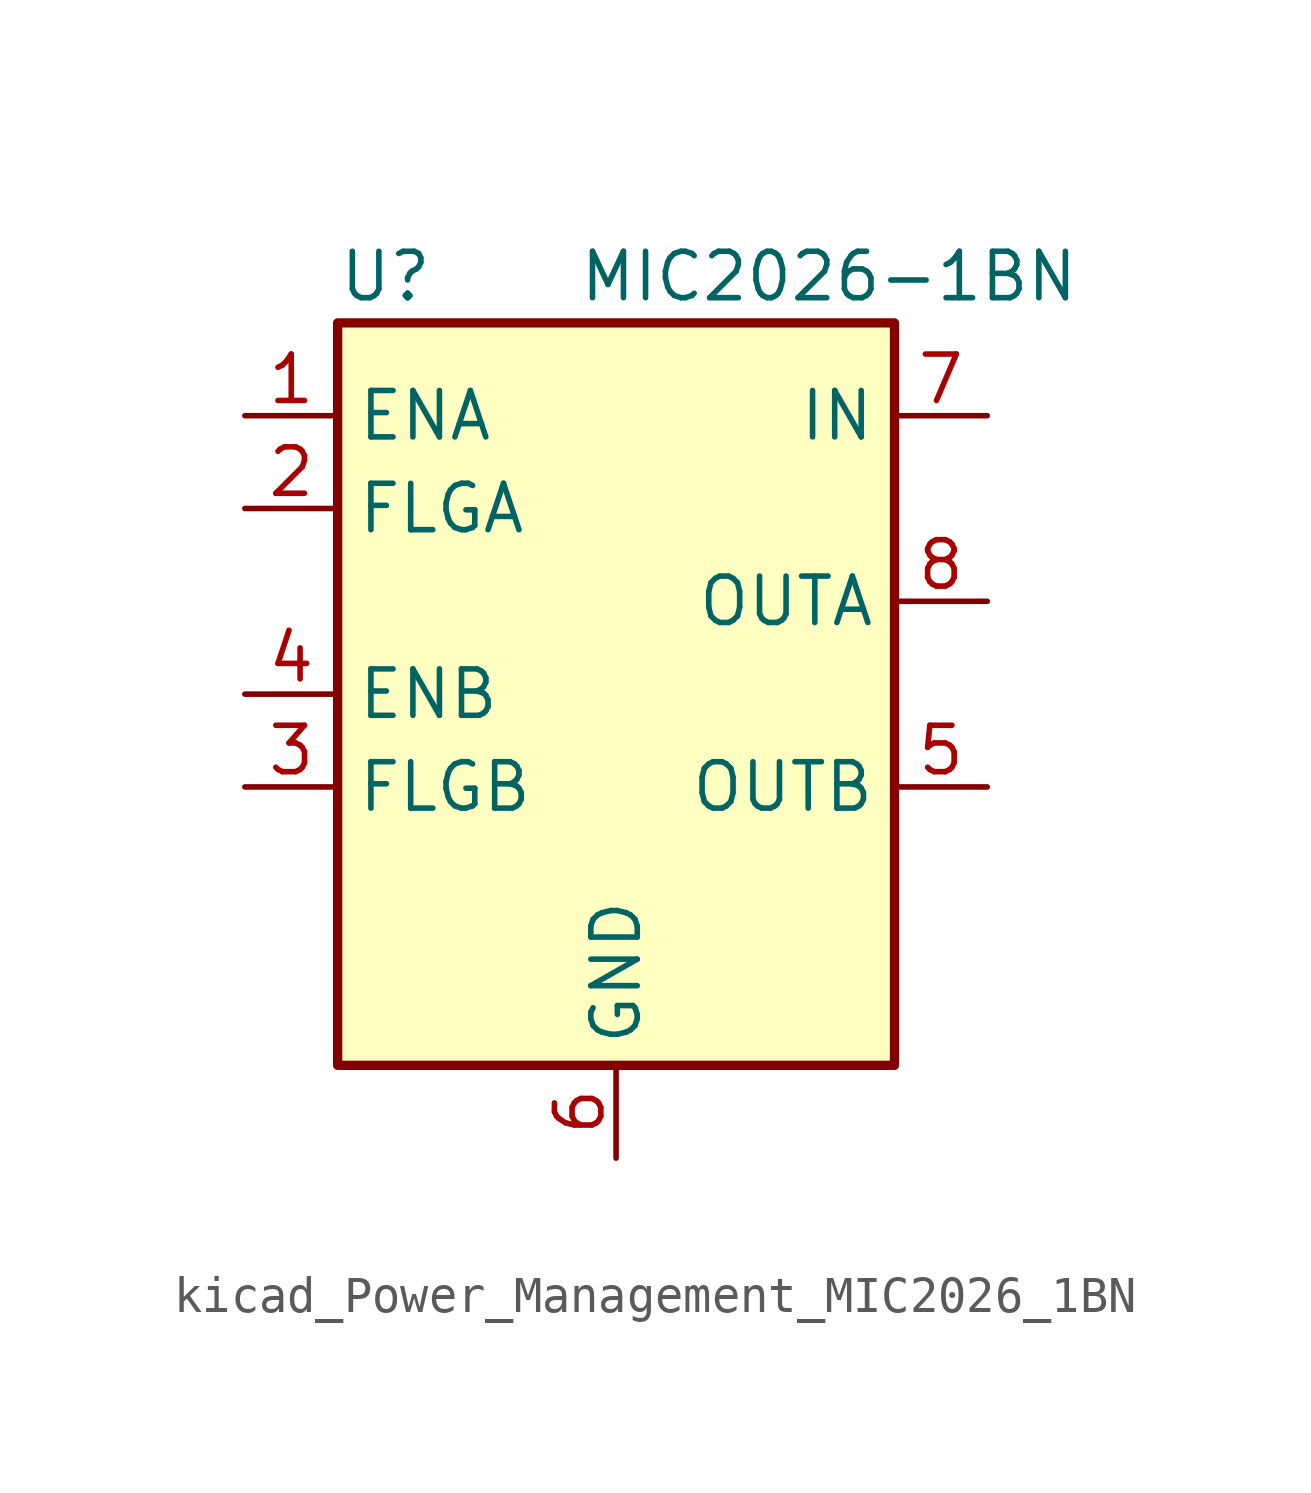
<source format=kicad_sym>
(kicad_symbol_lib
  (version 20220914)
  (generator kicad_symbol_editor)
  (symbol "kicad_Power_Management_MIC2026_1BN"
    (property "Reference" "U"
      (at -7.62 11.43 0)
      (effects (font (size 1.27 1.27)) (justify left)))
    (property "Value" "MIC2026-1BN"
      (at 12.7 11.43 0)
      (effects (font (size 1.27 1.27)) (justify right)))
    (symbol "kicad_Power_Management_MIC2026_1BN_0_1"
      (rectangle (start -7.62 -10.16) (end 7.62 10.16) (stroke (width 0.254) (type default)) (fill (type background))))
    (symbol "kicad_Power_Management_MIC2026_1BN_1_1"
      (pin input line (at -10.16 7.62 0) (length 2.54) (name "ENA" (effects (font (size 1.27 1.27)))) (number "1" (effects (font (size 1.27 1.27)))))
      (pin output line (at -10.16 5.08 0) (length 2.54) (name "FLGA" (effects (font (size 1.27 1.27)))) (number "2" (effects (font (size 1.27 1.27)))))
      (pin output line (at -10.16 -2.54 0) (length 2.54) (name "FLGB" (effects (font (size 1.27 1.27)))) (number "3" (effects (font (size 1.27 1.27)))))
      (pin input line (at -10.16 0 0) (length 2.54) (name "ENB" (effects (font (size 1.27 1.27)))) (number "4" (effects (font (size 1.27 1.27)))))
      (pin power_out line (at 10.16 -2.54 180) (length 2.54) (name "OUTB" (effects (font (size 1.27 1.27)))) (number "5" (effects (font (size 1.27 1.27)))))
      (pin power_in line (at 0 -12.7 90) (length 2.54) (name "GND" (effects (font (size 1.27 1.27)))) (number "6" (effects (font (size 1.27 1.27)))))
      (pin power_in line (at 10.16 7.62 180) (length 2.54) (name "IN" (effects (font (size 1.27 1.27)))) (number "7" (effects (font (size 1.27 1.27)))))
      (pin power_out line (at 10.16 2.54 180) (length 2.54) (name "OUTA" (effects (font (size 1.27 1.27)))) (number "8" (effects (font (size 1.27 1.27))))))))
</source>
